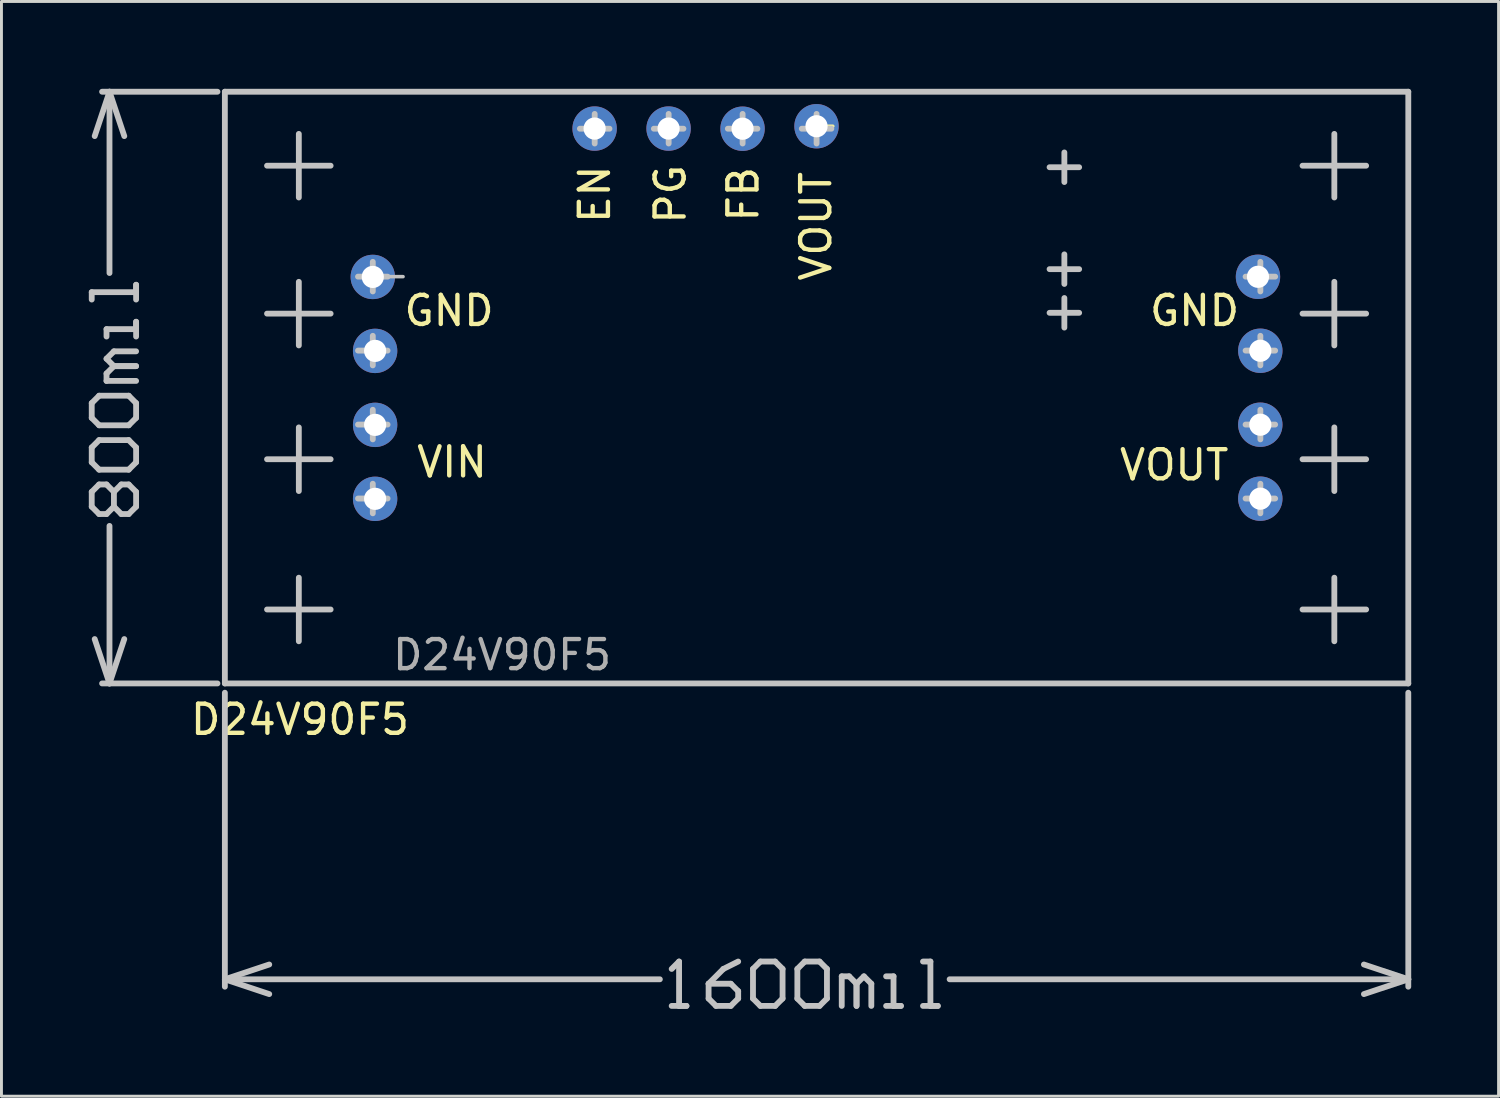
<source format=kicad_pcb>
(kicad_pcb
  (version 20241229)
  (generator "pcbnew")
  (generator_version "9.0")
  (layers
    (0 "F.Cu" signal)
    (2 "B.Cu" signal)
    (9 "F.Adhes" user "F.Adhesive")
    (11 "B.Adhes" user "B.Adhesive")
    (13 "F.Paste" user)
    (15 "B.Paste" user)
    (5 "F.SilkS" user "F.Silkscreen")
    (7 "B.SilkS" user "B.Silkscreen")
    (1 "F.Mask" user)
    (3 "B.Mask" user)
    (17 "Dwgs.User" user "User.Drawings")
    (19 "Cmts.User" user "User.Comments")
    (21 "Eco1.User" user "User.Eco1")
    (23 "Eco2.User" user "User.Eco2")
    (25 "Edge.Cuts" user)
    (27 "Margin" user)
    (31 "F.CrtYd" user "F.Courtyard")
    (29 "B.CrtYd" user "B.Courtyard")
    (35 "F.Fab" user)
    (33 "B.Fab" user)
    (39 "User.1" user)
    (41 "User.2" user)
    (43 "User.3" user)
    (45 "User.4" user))
  (footprint "D24V90F5"
    (layer "F.Cu")
    (at 4.672 20.42)
    (property "Reference" "D24V90F5" (at 2.58 1.24 0) (unlocked yes) (layer "F.SilkS") (effects (font (size 1 1) (thickness 0.15))))
    (attr through_hole)
    (fp_line (start 0.01 -20.31) (end 40.63 -20.31) (stroke (width 0.12) (type solid)) (layer "F.SilkS"))
    (fp_line (start 0.01 -0.01) (end 0.01 -20.31) (stroke (width 0.12) (type solid)) (layer "F.SilkS"))
    (fp_line (start 20.338 -19.135) (end 20.878 -19.135) (stroke (width 0.12) (type solid)) (layer "F.SilkS"))
    (fp_line (start 40.63 -20.31) (end 40.63 0) (stroke (width 0.12) (type solid)) (layer "F.SilkS"))
    (fp_line (start 40.63 0) (end 0.01 0) (stroke (width 0.12) (type solid)) (layer "F.SilkS"))
    (fp_line (start -4.572 -13.437) (end -4.572 -13.183) (stroke (width 0.2) (type solid)) (layer "Dwgs.User"))
    (fp_line (start -4.572 -9.627) (end -4.318 -9.881) (stroke (width 0.2) (type solid)) (layer "Dwgs.User"))
    (fp_line (start -4.572 -9.119) (end -4.572 -9.627) (stroke (width 0.2) (type solid)) (layer "Dwgs.User"))
    (fp_line (start -4.572 -8.103) (end -4.318 -8.357) (stroke (width 0.2) (type solid)) (layer "Dwgs.User"))
    (fp_line (start -4.572 -7.595) (end -4.572 -8.103) (stroke (width 0.2) (type solid)) (layer "Dwgs.User"))
    (fp_line (start -4.572 -6.579) (end -4.318 -6.833) (stroke (width 0.2) (type solid)) (layer "Dwgs.User"))
    (fp_line (start -4.572 -6.071) (end -4.572 -6.579) (stroke (width 0.2) (type solid)) (layer "Dwgs.User"))
    (fp_line (start -4.47 -18.796) (end -3.962 -20.32) (stroke (width 0.2) (type solid)) (layer "Dwgs.User"))
    (fp_line (start -4.47 -1.524) (end -3.962 0) (stroke (width 0.2) (type solid)) (layer "Dwgs.User"))
    (fp_line (start -4.318 -9.881) (end -3.302 -9.881) (stroke (width 0.2) (type solid)) (layer "Dwgs.User"))
    (fp_line (start -4.318 -8.865) (end -4.572 -9.119) (stroke (width 0.2) (type solid)) (layer "Dwgs.User"))
    (fp_line (start -4.318 -8.357) (end -3.302 -8.357) (stroke (width 0.2) (type solid)) (layer "Dwgs.User"))
    (fp_line (start -4.318 -7.341) (end -4.572 -7.595) (stroke (width 0.2) (type solid)) (layer "Dwgs.User"))
    (fp_line (start -4.318 -6.833) (end -4.064 -6.833) (stroke (width 0.2) (type solid)) (layer "Dwgs.User"))
    (fp_line (start -4.318 -5.817) (end -4.572 -6.071) (stroke (width 0.2) (type solid)) (layer "Dwgs.User"))
    (fp_line (start -4.216 -20.32) (end -0.254 -20.32) (stroke (width 0.2) (type solid)) (layer "Dwgs.User"))
    (fp_line (start -4.216 0) (end -0.254 0) (stroke (width 0.2) (type solid)) (layer "Dwgs.User"))
    (fp_line (start -4.064 -12.167) (end -4.064 -11.913) (stroke (width 0.2) (type solid)) (layer "Dwgs.User"))
    (fp_line (start -4.064 -11.151) (end -3.81 -11.405) (stroke (width 0.2) (type solid)) (layer "Dwgs.User"))
    (fp_line (start -4.064 -10.643) (end -3.81 -10.897) (stroke (width 0.2) (type solid)) (layer "Dwgs.User"))
    (fp_line (start -4.064 -10.389) (end -4.064 -10.643) (stroke (width 0.2) (type solid)) (layer "Dwgs.User"))
    (fp_line (start -4.064 -6.833) (end -3.81 -6.579) (stroke (width 0.2) (type solid)) (layer "Dwgs.User"))
    (fp_line (start -4.064 -5.817) (end -4.318 -5.817) (stroke (width 0.2) (type solid)) (layer "Dwgs.User"))
    (fp_line (start -3.962 -20.32) (end -3.454 -18.796) (stroke (width 0.2) (type solid)) (layer "Dwgs.User"))
    (fp_line (start -3.962 -14.094) (end -3.962 -20.32) (stroke (width 0.2) (type solid)) (layer "Dwgs.User"))
    (fp_line (start -3.962 0) (end -3.962 -5.41) (stroke (width 0.2) (type solid)) (layer "Dwgs.User"))
    (fp_line (start -3.962 0) (end -3.454 -1.524) (stroke (width 0.2) (type solid)) (layer "Dwgs.User"))
    (fp_line (start -3.81 -11.405) (end -3.048 -11.405) (stroke (width 0.2) (type solid)) (layer "Dwgs.User"))
    (fp_line (start -3.81 -10.897) (end -4.064 -11.151) (stroke (width 0.2) (type solid)) (layer "Dwgs.User"))
    (fp_line (start -3.81 -10.897) (end -3.048 -10.897) (stroke (width 0.2) (type solid)) (layer "Dwgs.User"))
    (fp_line (start -3.81 -6.579) (end -3.556 -6.833) (stroke (width 0.2) (type solid)) (layer "Dwgs.User"))
    (fp_line (start -3.81 -6.071) (end -4.064 -5.817) (stroke (width 0.2) (type solid)) (layer "Dwgs.User"))
    (fp_line (start -3.81 -6.071) (end -3.81 -6.579) (stroke (width 0.2) (type solid)) (layer "Dwgs.User"))
    (fp_line (start -3.556 -6.833) (end -3.302 -6.833) (stroke (width 0.2) (type solid)) (layer "Dwgs.User"))
    (fp_line (start -3.556 -5.817) (end -3.81 -6.071) (stroke (width 0.2) (type solid)) (layer "Dwgs.User"))
    (fp_line (start -3.302 -9.881) (end -3.048 -9.627) (stroke (width 0.2) (type solid)) (layer "Dwgs.User"))
    (fp_line (start -3.302 -8.865) (end -4.318 -8.865) (stroke (width 0.2) (type solid)) (layer "Dwgs.User"))
    (fp_line (start -3.302 -8.357) (end -3.048 -8.103) (stroke (width 0.2) (type solid)) (layer "Dwgs.User"))
    (fp_line (start -3.302 -7.341) (end -4.318 -7.341) (stroke (width 0.2) (type solid)) (layer "Dwgs.User"))
    (fp_line (start -3.302 -6.833) (end -3.048 -6.579) (stroke (width 0.2) (type solid)) (layer "Dwgs.User"))
    (fp_line (start -3.302 -5.817) (end -3.556 -5.817) (stroke (width 0.2) (type solid)) (layer "Dwgs.User"))
    (fp_line (start -3.048 -13.691) (end -3.048 -13.437) (stroke (width 0.2) (type solid)) (layer "Dwgs.User"))
    (fp_line (start -3.048 -13.437) (end -4.572 -13.437) (stroke (width 0.2) (type solid)) (layer "Dwgs.User"))
    (fp_line (start -3.048 -13.183) (end -3.048 -13.691) (stroke (width 0.2) (type solid)) (layer "Dwgs.User"))
    (fp_line (start -3.048 -12.421) (end -3.048 -12.167) (stroke (width 0.2) (type solid)) (layer "Dwgs.User"))
    (fp_line (start -3.048 -12.167) (end -4.064 -12.167) (stroke (width 0.2) (type solid)) (layer "Dwgs.User"))
    (fp_line (start -3.048 -11.913) (end -3.048 -12.421) (stroke (width 0.2) (type solid)) (layer "Dwgs.User"))
    (fp_line (start -3.048 -10.897) (end -3.81 -10.897) (stroke (width 0.2) (type solid)) (layer "Dwgs.User"))
    (fp_line (start -3.048 -10.389) (end -4.064 -10.389) (stroke (width 0.2) (type solid)) (layer "Dwgs.User"))
    (fp_line (start -3.048 -9.627) (end -3.048 -9.119) (stroke (width 0.2) (type solid)) (layer "Dwgs.User"))
    (fp_line (start -3.048 -9.119) (end -3.302 -8.865) (stroke (width 0.2) (type solid)) (layer "Dwgs.User"))
    (fp_line (start -3.048 -8.103) (end -3.048 -7.595) (stroke (width 0.2) (type solid)) (layer "Dwgs.User"))
    (fp_line (start -3.048 -7.595) (end -3.302 -7.341) (stroke (width 0.2) (type solid)) (layer "Dwgs.User"))
    (fp_line (start -3.048 -6.579) (end -3.048 -6.071) (stroke (width 0.2) (type solid)) (layer "Dwgs.User"))
    (fp_line (start -3.048 -6.071) (end -3.302 -5.817) (stroke (width 0.2) (type solid)) (layer "Dwgs.User"))
    (fp_line (start 0 -20.32) (end 40.64 -20.32) (stroke (width 0.2) (type solid)) (layer "Dwgs.User"))
    (fp_line (start 0 0) (end 0 -20.32) (stroke (width 0.2) (type solid)) (layer "Dwgs.User"))
    (fp_line (start 0 0) (end 40.64 0) (stroke (width 0.2) (type solid)) (layer "Dwgs.User"))
    (fp_line (start 0 10.16) (end 1.524 9.652) (stroke (width 0.2) (type solid)) (layer "Dwgs.User"))
    (fp_line (start 0 10.16) (end 1.524 10.668) (stroke (width 0.2) (type solid)) (layer "Dwgs.User"))
    (fp_line (start 0 10.16) (end 14.938 10.16) (stroke (width 0.2) (type solid)) (layer "Dwgs.User"))
    (fp_line (start 0 10.414) (end 0 0.318) (stroke (width 0.2) (type solid)) (layer "Dwgs.User"))
    (fp_line (start 1.448 -17.78) (end 3.632 -17.78) (stroke (width 0.2) (type solid)) (layer "Dwgs.User"))
    (fp_line (start 1.448 -12.7) (end 3.632 -12.7) (stroke (width 0.2) (type solid)) (layer "Dwgs.User"))
    (fp_line (start 1.448 -7.699) (end 3.632 -7.699) (stroke (width 0.2) (type solid)) (layer "Dwgs.User"))
    (fp_line (start 1.448 -2.54) (end 3.632 -2.54) (stroke (width 0.2) (type solid)) (layer "Dwgs.User"))
    (fp_line (start 2.54 -16.688) (end 2.54 -18.872) (stroke (width 0.2) (type solid)) (layer "Dwgs.User"))
    (fp_line (start 2.54 -11.608) (end 2.54 -13.792) (stroke (width 0.2) (type solid)) (layer "Dwgs.User"))
    (fp_line (start 2.54 -6.607) (end 2.54 -8.793) (stroke (width 0.2) (type solid)) (layer "Dwgs.User"))
    (fp_line (start 2.54 -1.448) (end 2.54 -3.632) (stroke (width 0.2) (type solid)) (layer "Dwgs.User"))
    (fp_line (start 4.572 -13.97) (end 5.588 -13.97) (stroke (width 0.2) (type solid)) (layer "Dwgs.User"))
    (fp_line (start 4.572 -11.43) (end 5.588 -11.43) (stroke (width 0.2) (type solid)) (layer "Dwgs.User"))
    (fp_line (start 4.572 -8.89) (end 5.588 -8.89) (stroke (width 0.2) (type solid)) (layer "Dwgs.User"))
    (fp_line (start 4.572 -6.35) (end 5.588 -6.35) (stroke (width 0.2) (type solid)) (layer "Dwgs.User"))
    (fp_line (start 5 -13.97) (end 6.12 -13.97) (stroke (width 0.12) (type solid)) (layer "Dwgs.User"))
    (fp_line (start 5.08 -13.462) (end 5.08 -14.478) (stroke (width 0.2) (type solid)) (layer "Dwgs.User"))
    (fp_line (start 5.08 -10.922) (end 5.08 -11.938) (stroke (width 0.2) (type solid)) (layer "Dwgs.User"))
    (fp_line (start 5.08 -8.382) (end 5.08 -9.398) (stroke (width 0.2) (type solid)) (layer "Dwgs.User"))
    (fp_line (start 5.08 -5.842) (end 5.08 -6.858) (stroke (width 0.2) (type solid)) (layer "Dwgs.User"))
    (fp_line (start 12.192 -19.05) (end 13.208 -19.05) (stroke (width 0.2) (type solid)) (layer "Dwgs.User"))
    (fp_line (start 12.7 -18.542) (end 12.7 -19.558) (stroke (width 0.2) (type solid)) (layer "Dwgs.User"))
    (fp_line (start 14.732 -19.05) (end 15.748 -19.05) (stroke (width 0.2) (type solid)) (layer "Dwgs.User"))
    (fp_line (start 15.24 -18.542) (end 15.24 -19.558) (stroke (width 0.2) (type solid)) (layer "Dwgs.User"))
    (fp_line (start 15.344 11.074) (end 15.852 11.074) (stroke (width 0.2) (type solid)) (layer "Dwgs.User"))
    (fp_line (start 15.598 9.55) (end 15.344 9.804) (stroke (width 0.2) (type solid)) (layer "Dwgs.User"))
    (fp_line (start 15.598 11.074) (end 15.598 9.55) (stroke (width 0.2) (type solid)) (layer "Dwgs.User"))
    (fp_line (start 15.852 11.074) (end 15.598 11.074) (stroke (width 0.2) (type solid)) (layer "Dwgs.User"))
    (fp_line (start 16.612 10.312) (end 16.612 10.82) (stroke (width 0.2) (type solid)) (layer "Dwgs.User"))
    (fp_line (start 16.612 10.82) (end 16.866 11.074) (stroke (width 0.2) (type solid)) (layer "Dwgs.User"))
    (fp_line (start 16.866 11.074) (end 17.374 11.074) (stroke (width 0.2) (type solid)) (layer "Dwgs.User"))
    (fp_line (start 17.12 9.804) (end 16.612 10.312) (stroke (width 0.2) (type solid)) (layer "Dwgs.User"))
    (fp_line (start 17.272 -19.05) (end 18.288 -19.05) (stroke (width 0.2) (type solid)) (layer "Dwgs.User"))
    (fp_line (start 17.374 10.312) (end 16.612 10.312) (stroke (width 0.2) (type solid)) (layer "Dwgs.User"))
    (fp_line (start 17.374 11.074) (end 17.628 10.82) (stroke (width 0.2) (type solid)) (layer "Dwgs.User"))
    (fp_line (start 17.628 9.55) (end 17.12 9.804) (stroke (width 0.2) (type solid)) (layer "Dwgs.User"))
    (fp_line (start 17.628 10.566) (end 17.374 10.312) (stroke (width 0.2) (type solid)) (layer "Dwgs.User"))
    (fp_line (start 17.628 10.82) (end 17.628 10.566) (stroke (width 0.2) (type solid)) (layer "Dwgs.User"))
    (fp_line (start 17.78 -18.542) (end 17.78 -19.558) (stroke (width 0.2) (type solid)) (layer "Dwgs.User"))
    (fp_line (start 18.136 9.804) (end 18.39 9.55) (stroke (width 0.2) (type solid)) (layer "Dwgs.User"))
    (fp_line (start 18.136 10.82) (end 18.136 9.804) (stroke (width 0.2) (type solid)) (layer "Dwgs.User"))
    (fp_line (start 18.39 9.55) (end 18.898 9.55) (stroke (width 0.2) (type solid)) (layer "Dwgs.User"))
    (fp_line (start 18.39 11.074) (end 18.136 10.82) (stroke (width 0.2) (type solid)) (layer "Dwgs.User"))
    (fp_line (start 18.898 9.55) (end 19.152 9.804) (stroke (width 0.2) (type solid)) (layer "Dwgs.User"))
    (fp_line (start 18.898 11.074) (end 18.39 11.074) (stroke (width 0.2) (type solid)) (layer "Dwgs.User"))
    (fp_line (start 19.152 9.804) (end 19.152 10.82) (stroke (width 0.2) (type solid)) (layer "Dwgs.User"))
    (fp_line (start 19.152 10.82) (end 18.898 11.074) (stroke (width 0.2) (type solid)) (layer "Dwgs.User"))
    (fp_line (start 19.66 9.804) (end 19.914 9.55) (stroke (width 0.2) (type solid)) (layer "Dwgs.User"))
    (fp_line (start 19.66 10.82) (end 19.66 9.804) (stroke (width 0.2) (type solid)) (layer "Dwgs.User"))
    (fp_line (start 19.812 -19.05) (end 20.828 -19.05) (stroke (width 0.2) (type solid)) (layer "Dwgs.User"))
    (fp_line (start 19.914 9.55) (end 20.422 9.55) (stroke (width 0.2) (type solid)) (layer "Dwgs.User"))
    (fp_line (start 19.914 11.074) (end 19.66 10.82) (stroke (width 0.2) (type solid)) (layer "Dwgs.User"))
    (fp_line (start 20.32 -18.542) (end 20.32 -19.558) (stroke (width 0.2) (type solid)) (layer "Dwgs.User"))
    (fp_line (start 20.422 9.55) (end 20.676 9.804) (stroke (width 0.2) (type solid)) (layer "Dwgs.User"))
    (fp_line (start 20.422 11.074) (end 19.914 11.074) (stroke (width 0.2) (type solid)) (layer "Dwgs.User"))
    (fp_line (start 20.676 9.804) (end 20.676 10.82) (stroke (width 0.2) (type solid)) (layer "Dwgs.User"))
    (fp_line (start 20.676 10.82) (end 20.422 11.074) (stroke (width 0.2) (type solid)) (layer "Dwgs.User"))
    (fp_line (start 21.184 10.058) (end 21.438 10.058) (stroke (width 0.2) (type solid)) (layer "Dwgs.User"))
    (fp_line (start 21.184 11.074) (end 21.184 10.058) (stroke (width 0.2) (type solid)) (layer "Dwgs.User"))
    (fp_line (start 21.438 10.058) (end 21.692 10.312) (stroke (width 0.2) (type solid)) (layer "Dwgs.User"))
    (fp_line (start 21.692 10.312) (end 21.692 11.074) (stroke (width 0.2) (type solid)) (layer "Dwgs.User"))
    (fp_line (start 21.692 10.312) (end 21.946 10.058) (stroke (width 0.2) (type solid)) (layer "Dwgs.User"))
    (fp_line (start 21.692 11.074) (end 21.692 10.312) (stroke (width 0.2) (type solid)) (layer "Dwgs.User"))
    (fp_line (start 21.946 10.058) (end 22.2 10.312) (stroke (width 0.2) (type solid)) (layer "Dwgs.User"))
    (fp_line (start 22.2 10.312) (end 22.2 11.074) (stroke (width 0.2) (type solid)) (layer "Dwgs.User"))
    (fp_line (start 22.708 11.074) (end 23.216 11.074) (stroke (width 0.2) (type solid)) (layer "Dwgs.User"))
    (fp_line (start 22.962 10.058) (end 22.708 10.058) (stroke (width 0.2) (type solid)) (layer "Dwgs.User"))
    (fp_line (start 22.962 11.074) (end 22.962 10.058) (stroke (width 0.2) (type solid)) (layer "Dwgs.User"))
    (fp_line (start 23.216 11.074) (end 22.962 11.074) (stroke (width 0.2) (type solid)) (layer "Dwgs.User"))
    (fp_line (start 23.975 11.074) (end 24.483 11.074) (stroke (width 0.2) (type solid)) (layer "Dwgs.User"))
    (fp_line (start 24.229 9.55) (end 23.975 9.55) (stroke (width 0.2) (type solid)) (layer "Dwgs.User"))
    (fp_line (start 24.229 11.074) (end 24.229 9.55) (stroke (width 0.2) (type solid)) (layer "Dwgs.User"))
    (fp_line (start 24.483 11.074) (end 24.229 11.074) (stroke (width 0.2) (type solid)) (layer "Dwgs.User"))
    (fp_line (start 24.889 10.16) (end 40.64 10.16) (stroke (width 0.2) (type solid)) (layer "Dwgs.User"))
    (fp_line (start 28.321 -17.727) (end 29.337 -17.727) (stroke (width 0.2) (type solid)) (layer "Dwgs.User"))
    (fp_line (start 28.321 -14.227) (end 29.337 -14.227) (stroke (width 0.2) (type solid)) (layer "Dwgs.User"))
    (fp_line (start 28.321 -12.728) (end 29.337 -12.728) (stroke (width 0.2) (type solid)) (layer "Dwgs.User"))
    (fp_line (start 28.829 -17.219) (end 28.829 -18.235) (stroke (width 0.2) (type solid)) (layer "Dwgs.User"))
    (fp_line (start 28.829 -13.719) (end 28.829 -14.735) (stroke (width 0.2) (type solid)) (layer "Dwgs.User"))
    (fp_line (start 28.829 -12.22) (end 28.829 -13.236) (stroke (width 0.2) (type solid)) (layer "Dwgs.User"))
    (fp_line (start 35.052 -13.97) (end 36.068 -13.97) (stroke (width 0.2) (type solid)) (layer "Dwgs.User"))
    (fp_line (start 35.052 -11.43) (end 36.068 -11.43) (stroke (width 0.2) (type solid)) (layer "Dwgs.User"))
    (fp_line (start 35.052 -8.89) (end 36.068 -8.89) (stroke (width 0.2) (type solid)) (layer "Dwgs.User"))
    (fp_line (start 35.052 -6.35) (end 36.068 -6.35) (stroke (width 0.2) (type solid)) (layer "Dwgs.User"))
    (fp_line (start 35.56 -13.462) (end 35.56 -14.478) (stroke (width 0.2) (type solid)) (layer "Dwgs.User"))
    (fp_line (start 35.56 -10.922) (end 35.56 -11.938) (stroke (width 0.2) (type solid)) (layer "Dwgs.User"))
    (fp_line (start 35.56 -8.382) (end 35.56 -9.398) (stroke (width 0.2) (type solid)) (layer "Dwgs.User"))
    (fp_line (start 35.56 -5.842) (end 35.56 -6.858) (stroke (width 0.2) (type solid)) (layer "Dwgs.User"))
    (fp_line (start 37.008 -17.78) (end 39.192 -17.78) (stroke (width 0.2) (type solid)) (layer "Dwgs.User"))
    (fp_line (start 37.008 -12.7) (end 39.192 -12.7) (stroke (width 0.2) (type solid)) (layer "Dwgs.User"))
    (fp_line (start 37.008 -7.699) (end 39.192 -7.699) (stroke (width 0.2) (type solid)) (layer "Dwgs.User"))
    (fp_line (start 37.008 -2.54) (end 39.192 -2.54) (stroke (width 0.2) (type solid)) (layer "Dwgs.User"))
    (fp_line (start 38.1 -16.688) (end 38.1 -18.872) (stroke (width 0.2) (type solid)) (layer "Dwgs.User"))
    (fp_line (start 38.1 -11.608) (end 38.1 -13.792) (stroke (width 0.2) (type solid)) (layer "Dwgs.User"))
    (fp_line (start 38.1 -6.607) (end 38.1 -8.793) (stroke (width 0.2) (type solid)) (layer "Dwgs.User"))
    (fp_line (start 38.1 -1.448) (end 38.1 -3.632) (stroke (width 0.2) (type solid)) (layer "Dwgs.User"))
    (fp_line (start 39.116 9.652) (end 40.64 10.16) (stroke (width 0.2) (type solid)) (layer "Dwgs.User"))
    (fp_line (start 39.116 10.668) (end 40.64 10.16) (stroke (width 0.2) (type solid)) (layer "Dwgs.User"))
    (fp_line (start 40.64 0) (end 40.64 -20.32) (stroke (width 0.2) (type solid)) (layer "Dwgs.User"))
    (fp_line (start 40.64 10.414) (end 40.64 0.318) (stroke (width 0.2) (type solid)) (layer "Dwgs.User"))
    (fp_rect (start 0.01 -20.31) (end 40.63 0) (stroke (width 0.05) (type solid)) (fill no) (layer "F.CrtYd"))
    (fp_text user "VOUT" (at 32.6 -7.5 0) (unlocked yes) (layer "F.SilkS") (effects (font (size 1 1) (thickness 0.15))))
    (fp_text user "GND" (at 33.3 -12.8 0) (unlocked yes) (layer "F.SilkS") (effects (font (size 1 1) (thickness 0.15))))
    (fp_text user "VOUT" (at 20.3 -15.7 90) (unlocked yes) (layer "F.SilkS") (effects (font (size 1 1) (thickness 0.15))))
    (fp_text user "VIN" (at 7.8 -7.6 0) (unlocked yes) (layer "F.SilkS") (effects (font (size 1 1) (thickness 0.15))))
    (fp_text user "FB" (at 17.8 -16.8 90) (unlocked yes) (layer "F.SilkS") (effects (font (size 1 1) (thickness 0.15))))
    (fp_text user "GND" (at 7.7 -12.8 0) (unlocked yes) (layer "F.SilkS") (effects (font (size 1 1) (thickness 0.15))))
    (fp_text user "PG" (at 15.3 -16.8 90) (unlocked yes) (layer "F.SilkS") (effects (font (size 1 1) (thickness 0.15))))
    (fp_text user "EN" (at 12.7 -16.8 90) (unlocked yes) (layer "F.SilkS") (effects (font (size 1 1) (thickness 0.15))))
    (fp_text user "${REFERENCE}" (at 9.52 -0.98 0) (unlocked yes) (layer "F.Fab") (effects (font (size 1 1) (thickness 0.15))))
    (pad "1" thru_hole circle (at 5.08 -13.96 270) (size 1.524 1.524) (drill 0.762) (layers "*.Cu" "*.Mask"))
    (pad "1" thru_hole circle (at 5.16 -11.42 270) (size 1.524 1.524) (drill 0.762) (layers "*.Cu" "*.Mask"))
    (pad "2" thru_hole circle (at 5.16 -8.88 270) (size 1.524 1.524) (drill 0.762) (layers "*.Cu" "*.Mask"))
    (pad "2" thru_hole circle (at 5.16 -6.34 270) (size 1.524 1.524) (drill 0.762) (layers "*.Cu" "*.Mask"))
    (pad "3" thru_hole circle (at 35.478 -13.965 270) (size 1.524 1.524) (drill 0.762) (layers "*.Cu" "*.Mask"))
    (pad "3" thru_hole circle (at 35.558 -11.425 270) (size 1.524 1.524) (drill 0.762) (layers "*.Cu" "*.Mask"))
    (pad "4" thru_hole circle (at 35.558 -8.885 270) (size 1.524 1.524) (drill 0.762) (layers "*.Cu" "*.Mask"))
    (pad "4" thru_hole circle (at 35.558 -6.345 270) (size 1.524 1.524) (drill 0.762) (layers "*.Cu" "*.Mask"))
    (pad "5" thru_hole circle (at 12.698 -19.055 180) (size 1.524 1.524) (drill 0.762) (layers "*.Cu" "*.Mask"))
    (pad "6" thru_hole circle (at 15.238 -19.055 180) (size 1.524 1.524) (drill 0.762) (layers "*.Cu" "*.Mask"))
    (pad "7" thru_hole circle (at 17.778 -19.05 180) (size 1.524 1.524) (drill 0.762) (layers "*.Cu" "*.Mask"))
    (pad "8" thru_hole circle (at 20.318 -19.135 180) (size 1.524 1.524) (drill 0.762) (layers "*.Cu" "*.Mask")))
  (gr_rect
    (start -3 -3)
    (end 48.412 34.594)
    (stroke (width 0.1) (type default))
    (fill no)
    (layer "Edge.Cuts")))
</source>
